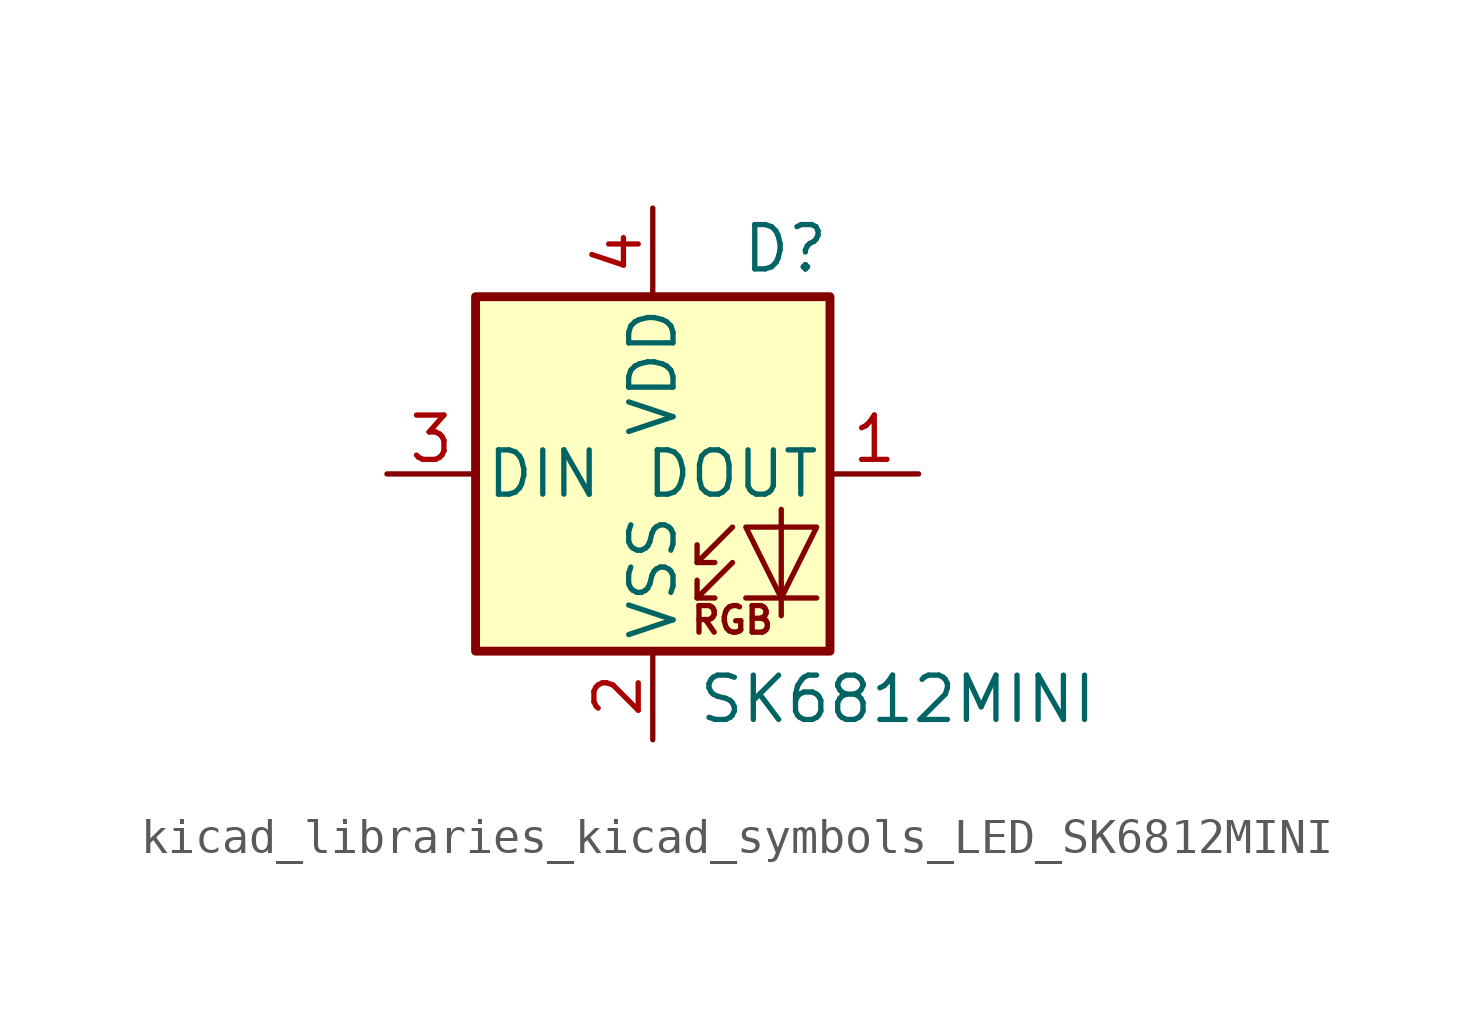
<source format=kicad_sym>
(kicad_symbol_lib
  (version 20220914)
  (generator kicad_symbol_editor)
  (symbol "kicad_libraries_kicad_symbols_LED_SK6812MINI"
    (pin_names
      (offset 0.254))
    (property "Reference" "D"
      (at 5.08 5.715 0)
      (effects (font (size 1.27 1.27)) (justify right bottom)))
    (property "Value" "SK6812MINI"
      (at 1.27 -5.715 0)
      (effects (font (size 1.27 1.27)) (justify left top)))
    (symbol "kicad_libraries_kicad_symbols_LED_SK6812MINI_0_0"
      (text "RGB" (at 2.286 -4.191 0) (effects (font (size 0.762 0.762)))))
    (symbol "kicad_libraries_kicad_symbols_LED_SK6812MINI_0_1"
      (polyline (pts (xy 1.27 -3.556) (xy 1.778 -3.556)) (stroke (width 0) (type default)) (fill (type none)))
      (polyline (pts (xy 1.27 -2.54) (xy 1.778 -2.54)) (stroke (width 0) (type default)) (fill (type none)))
      (polyline (pts (xy 4.699 -3.556) (xy 2.667 -3.556)) (stroke (width 0) (type default)) (fill (type none)))
      (polyline (pts (xy 2.286 -2.54) (xy 1.27 -3.556) (xy 1.27 -3.048)) (stroke (width 0) (type default)) (fill (type none)))
      (polyline (pts (xy 2.286 -1.524) (xy 1.27 -2.54) (xy 1.27 -2.032)) (stroke (width 0) (type default)) (fill (type none)))
      (polyline (pts (xy 3.683 -1.016) (xy 3.683 -3.556) (xy 3.683 -4.064)) (stroke (width 0) (type default)) (fill (type none)))
      (polyline (pts (xy 4.699 -1.524) (xy 2.667 -1.524) (xy 3.683 -3.556) (xy 4.699 -1.524)) (stroke (width 0) (type default)) (fill (type none)))
      (rectangle (start 5.08 5.08) (end -5.08 -5.08) (stroke (width 0.254) (type default)) (fill (type background))))
    (symbol "kicad_libraries_kicad_symbols_LED_SK6812MINI_1_1"
      (pin output line (at 7.62 0 180) (length 2.54) (name "DOUT" (effects (font (size 1.27 1.27)))) (number "1" (effects (font (size 1.27 1.27)))))
      (pin power_in line (at 0 -7.62 90) (length 2.54) (name "VSS" (effects (font (size 1.27 1.27)))) (number "2" (effects (font (size 1.27 1.27)))))
      (pin input line (at -7.62 0 0) (length 2.54) (name "DIN" (effects (font (size 1.27 1.27)))) (number "3" (effects (font (size 1.27 1.27)))))
      (pin power_in line (at 0 7.62 270) (length 2.54) (name "VDD" (effects (font (size 1.27 1.27)))) (number "4" (effects (font (size 1.27 1.27))))))))
</source>
